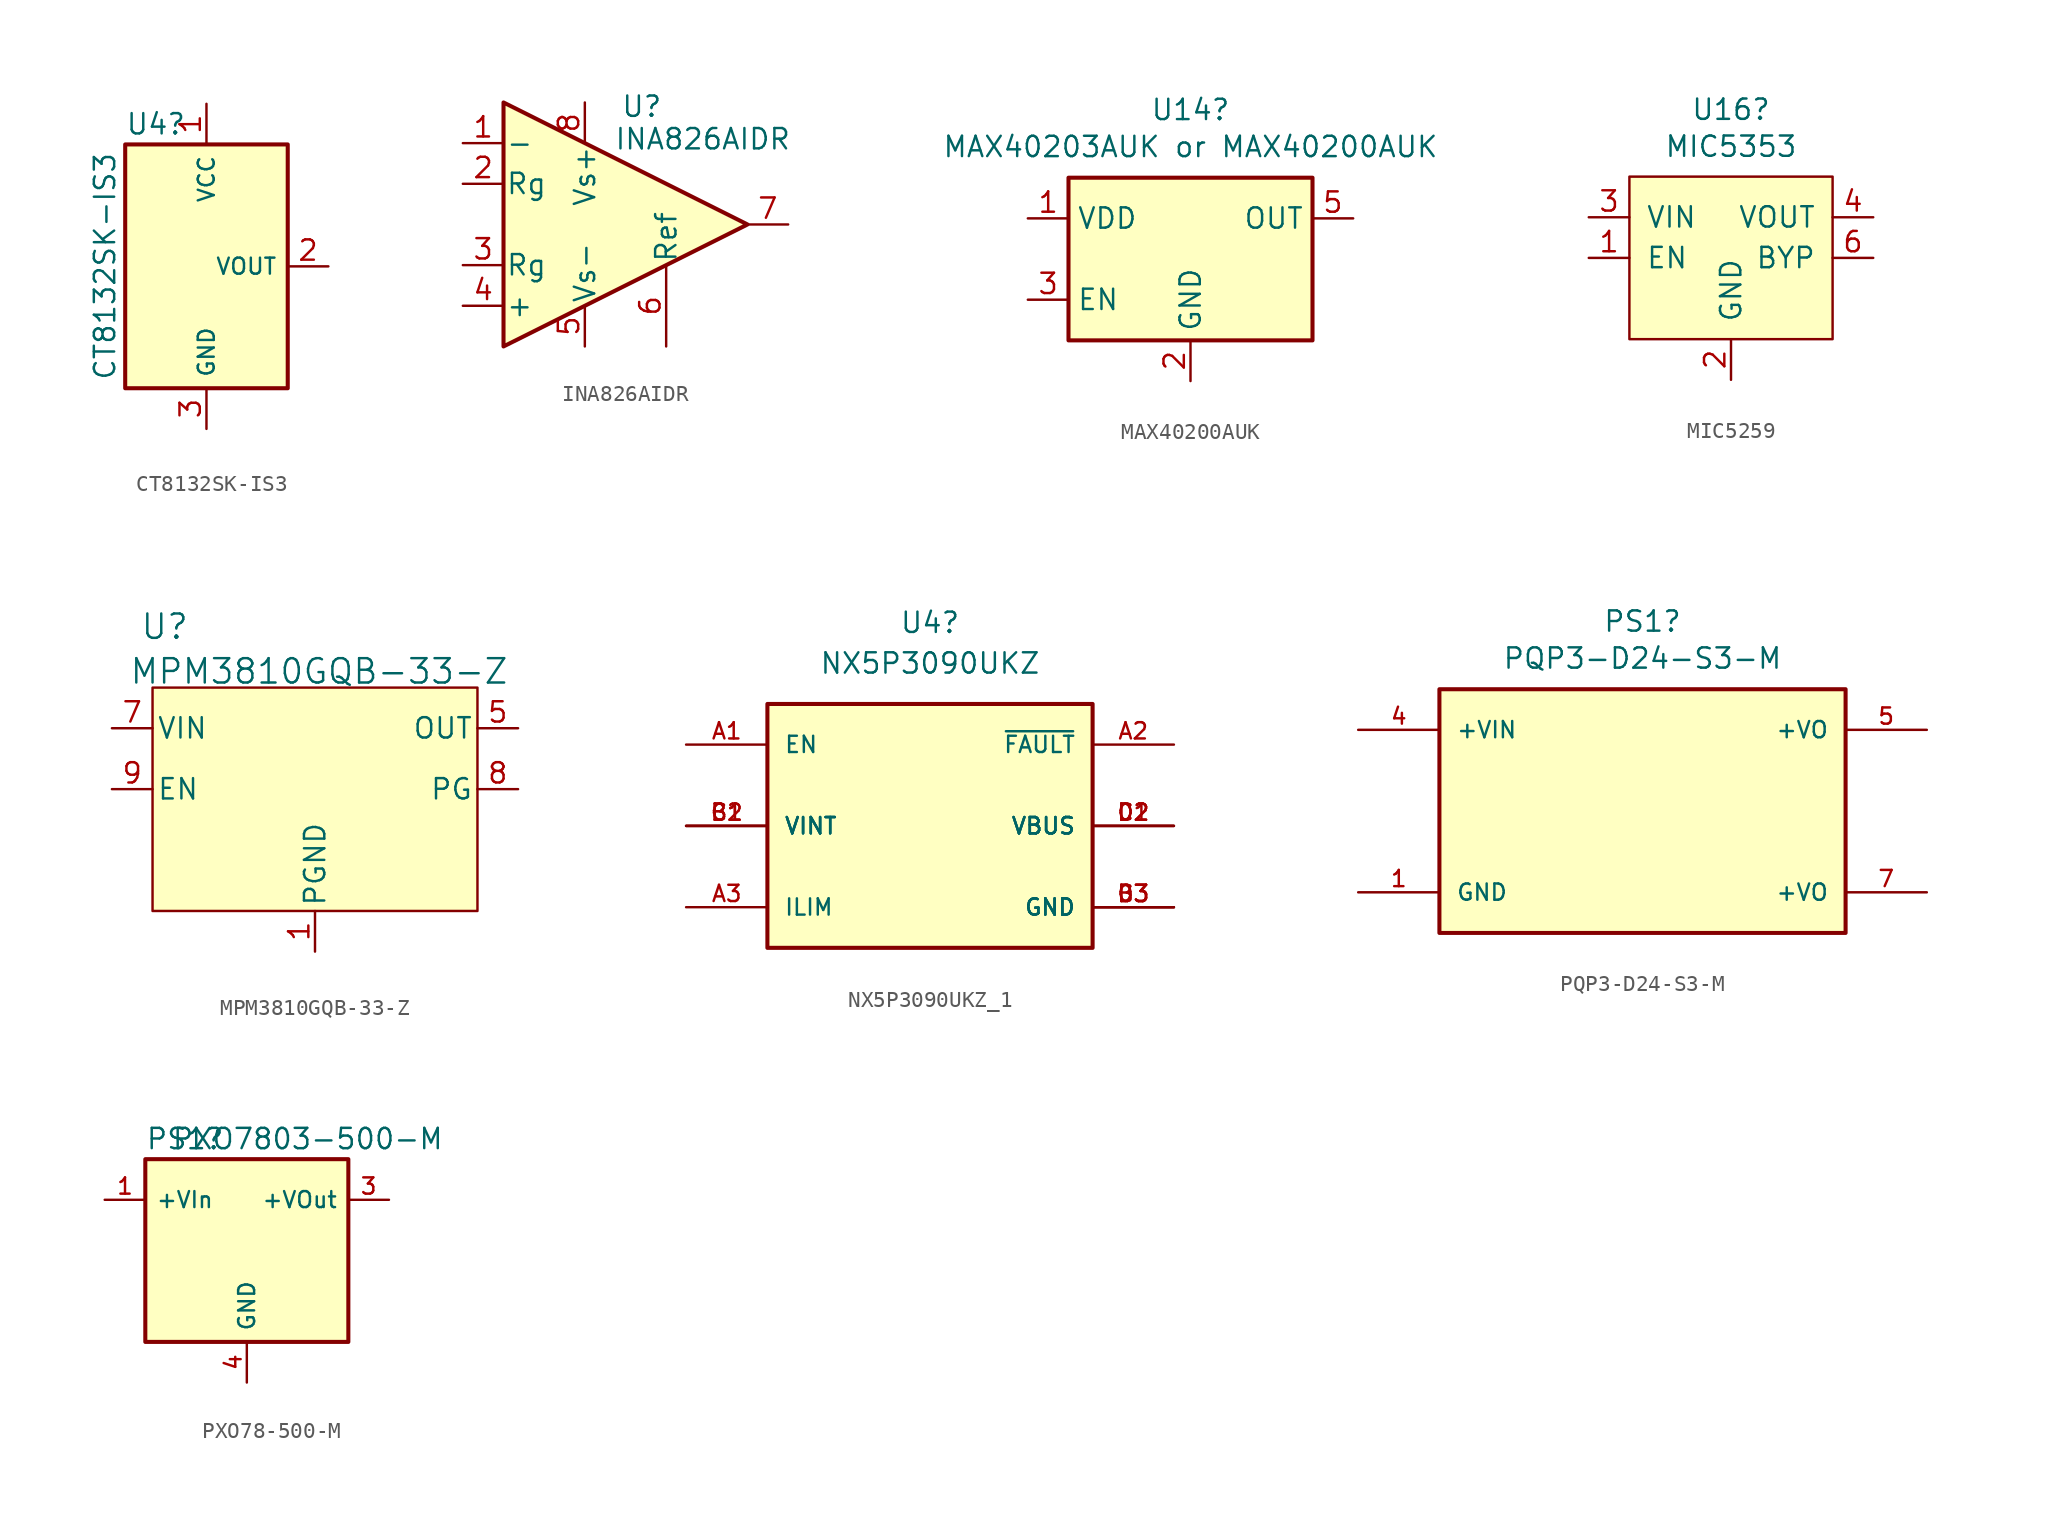
<source format=kicad_sym>
(kicad_symbol_lib
  (version 20241209)
  (generator "kicad_symbol_editor")
  (generator_version "9.0")
  (symbol "CT8132SK-IS3"
    (pin_names
      (offset 0.635))
    (property "Reference" "U4"
      (at -5.08 8.89 0)
      (do_not_autoplace)
      (effects (font (size 1.27 1.27)) (justify left)))
    (property "Value" "CT8132SK-IS3"
      (at -6.35 0 90)
      (do_not_autoplace)
      (effects (font (size 1.27 1.27))))
    (symbol "CT8132SK-IS3_0_1"
      (rectangle (start -5.08 7.62) (end 5.08 -7.62) (stroke (width 0.254) (type default)) (fill (type background))))
    (symbol "CT8132SK-IS3_1_1"
      (pin power_in line (at 0 10.16 270) (length 2.54) (name "VCC" (effects (font (size 1 1)))) (number "1" (effects (font (size 1.27 1.27)))))
      (pin power_in line (at 0 -10.16 90) (length 2.54) (name "GND" (effects (font (size 1 1)))) (number "3" (effects (font (size 1.27 1.27)))))
      (pin open_collector line (at 7.62 0 180) (length 2.54) (name "VOUT" (effects (font (size 1 1)))) (number "2" (effects (font (size 1.27 1.27)))))))
  (symbol "INA826AIDR"
    (pin_names
      (offset 0.127))
    (property "Reference" "U"
      (at 3.556 7.366 0)
      (effects (font (size 1.27 1.27))))
    (property "Value" "INA826AIDR"
      (at 7.366 5.334 0)
      (effects (font (size 1.27 1.27))))
    (symbol "INA826AIDR_0_1"
      (polyline (pts (xy -5.08 7.62) (xy -5.08 -7.62) (xy 10.16 0) (xy -5.08 7.62)) (stroke (width 0.254) (type default)) (fill (type background))))
    (symbol "INA826AIDR_1_1"
      (pin input line (at -7.62 5.08 0) (length 2.54) (name "-" (effects (font (size 1.27 1.27)))) (number "1" (effects (font (size 1.27 1.27)))))
      (pin passive line (at -7.62 2.54 0) (length 2.54) (name "Rg" (effects (font (size 1.27 1.27)))) (number "2" (effects (font (size 1.27 1.27)))))
      (pin passive line (at -7.62 -2.54 0) (length 2.54) (name "Rg" (effects (font (size 1.27 1.27)))) (number "3" (effects (font (size 1.27 1.27)))))
      (pin input line (at -7.62 -5.08 0) (length 2.54) (name "+" (effects (font (size 1.27 1.27)))) (number "4" (effects (font (size 1.27 1.27)))))
      (pin power_in line (at 0 7.62 270) (length 2.54) (name "Vs+" (effects (font (size 1.27 1.27)))) (number "8" (effects (font (size 1.27 1.27)))))
      (pin power_in line (at 0 -7.62 90) (length 2.54) (name "Vs-" (effects (font (size 1.27 1.27)))) (number "5" (effects (font (size 1.27 1.27)))))
      (pin passive line (at 5.08 -7.62 90) (length 5.08) (name "Ref" (effects (font (size 1.27 1.27)))) (number "6" (effects (font (size 1.27 1.27)))))
      (pin output line (at 12.7 0 180) (length 2.54) (name "~" (effects (font (size 1.27 1.27)))) (number "7" (effects (font (size 1.27 1.27)))))))
  (symbol "MAX40200AUK"
    (property "Reference" "U14"
      (at 0 9.322 0)
      (effects (font (size 1.27 1.27))))
    (property "Value" "MAX40203AUK or MAX40200AUK"
      (at 0 7.01 0)
      (effects (font (size 1.27 1.27))))
    (symbol "MAX40200AUK_1_1"
      (rectangle (start -7.62 -5.08) (end 7.62 5.08) (stroke (width 0.254) (type default)) (fill (type background)))
      (pin power_in line (at -10.16 2.54 0) (length 2.54) (name "VDD" (effects (font (size 1.27 1.27)))) (number "1" (effects (font (size 1.27 1.27)))))
      (pin input line (at -10.16 -2.54 0) (length 2.54) (name "EN" (effects (font (size 1.27 1.27)))) (number "3" (effects (font (size 1.27 1.27)))))
      (pin power_in line (at 0 -7.62 90) (length 2.54) (name "GND" (effects (font (size 1.27 1.27)))) (number "2" (effects (font (size 1.27 1.27)))))
      (pin no_connect line (at 7.62 -2.54 180) (length 2.54) (hide yes) (name "NC" (effects (font (size 1.27 1.27)))) (number "4" (effects (font (size 1.27 1.27)))))
      (pin passive line (at 10.16 2.54 180) (length 2.54) (name "OUT" (effects (font (size 1.27 1.27)))) (number "5" (effects (font (size 1.27 1.27)))))))
  (symbol "MIC5259"
    (pin_names
      (offset 1.016))
    (property "Reference" "U16"
      (at 6.35 4.191 0)
      (effects (font (size 1.27 1.27))))
    (property "Value" "MIC5353"
      (at 6.35 1.88 0)
      (effects (font (size 1.27 1.27))))
    (symbol "MIC5259_0_1"
      (rectangle (start 0 0) (end 12.7 -10.16) (stroke (width 0) (type solid)) (fill (type background))))
    (symbol "MIC5259_1_1"
      (pin power_in line (at -2.54 -2.54 0) (length 2.54) (name "VIN" (effects (font (size 1.27 1.27)))) (number "3" (effects (font (size 1.27 1.27)))))
      (pin input line (at -2.54 -5.08 0) (length 2.54) (name "EN" (effects (font (size 1.27 1.27)))) (number "1" (effects (font (size 1.27 1.27)))))
      (pin power_in line (at 6.35 -12.7 90) (length 2.54) (name "GND" (effects (font (size 1.27 1.27)))) (number "2" (effects (font (size 1.27 1.27)))))
      (pin passive line (at 6.35 -12.7 90) (length 2.54) (hide yes) (name "PAD" (effects (font (size 1.27 1.27)))) (number "7" (effects (font (size 1.27 1.27)))))
      (pin power_out line (at 15.24 -2.54 180) (length 2.54) (name "VOUT" (effects (font (size 1.27 1.27)))) (number "4" (effects (font (size 1.27 1.27)))))
      (pin passive line (at 15.24 -5.08 180) (length 2.54) (name "BYP" (effects (font (size 1.27 1.27)))) (number "6" (effects (font (size 1.27 1.27)))))
      (pin no_connect line (at 15.24 -8.89 180) (length 2.54) (hide yes) (name "NC" (effects (font (size 1.27 1.27)))) (number "5" (effects (font (size 1.27 1.27)))))))
  (symbol "MPM3810GQB-33-Z"
    (pin_names
      (offset 0.254))
    (property "Reference" "U"
      (at 0.762 3.81 0)
      (effects (font (size 1.524 1.524))))
    (property "Value" "MPM3810GQB-33-Z"
      (at 10.414 1.016 0)
      (effects (font (size 1.524 1.524))))
    (symbol "MPM3810GQB-33-Z_0_1"
      (pin unspecified line (at -2.54 -2.54 0) (length 2.54) (name "VIN" (effects (font (size 1.27 1.27)))) (number "7" (effects (font (size 1.27 1.27)))))
      (pin unspecified line (at -2.54 -6.35 0) (length 2.54) (name "EN" (effects (font (size 1.27 1.27)))) (number "9" (effects (font (size 1.27 1.27)))))
      (pin unspecified line (at 10.16 -16.51 90) (length 2.54) (name "PGND" (effects (font (size 1.27 1.27)))) (number "1" (effects (font (size 1.27 1.27)))))
      (pin unspecified line (at 10.16 -16.51 90) (length 2.54) (hide yes) (name "AGND" (effects (font (size 1.27 1.27)))) (number "11" (effects (font (size 1.27 1.27)))))
      (pin unspecified line (at 10.16 -16.51 90) (length 2.54) (hide yes) (name "PGND" (effects (font (size 1.27 1.27)))) (number "2" (effects (font (size 1.27 1.27)))))
      (pin unspecified line (at 22.86 -2.54 180) (length 2.54) (name "OUT" (effects (font (size 1.27 1.27)))) (number "5" (effects (font (size 1.27 1.27)))))
      (pin unspecified line (at 22.86 -2.54 180) (length 2.54) (hide yes) (name "OUT" (effects (font (size 1.27 1.27)))) (number "6" (effects (font (size 1.27 1.27)))))
      (pin unspecified line (at 22.86 -6.35 180) (length 2.54) (name "PG" (effects (font (size 1.27 1.27)))) (number "8" (effects (font (size 1.27 1.27)))))
      (pin no_connect line (at 22.86 -12.7 180) (length 2.54) (hide yes) (name "NC" (effects (font (size 1.27 1.27)))) (number "10" (effects (font (size 1.27 1.27)))))
      (pin no_connect line (at 22.86 -12.7 180) (length 2.54) (hide yes) (name "NC" (effects (font (size 1.27 1.27)))) (number "3" (effects (font (size 1.27 1.27)))))
      (pin no_connect line (at 22.86 -12.7 180) (length 2.54) (hide yes) (name "NC" (effects (font (size 1.27 1.27)))) (number "4" (effects (font (size 1.27 1.27))))))
    (symbol "MPM3810GQB-33-Z_1_1"
      (rectangle (start 0 0) (end 20.32 -13.97) (stroke (width 0) (type default)) (fill (type background)))
      (pin unspecified line (at 22.86 -2.54 180) (length 2.54) (hide yes) (name "OUT_S" (effects (font (size 1.27 1.27)))) (number "12" (effects (font (size 1.27 1.27)))))))
  (symbol "NX5P3090UKZ_1"
    (pin_names
      (offset 1.016))
    (property "Reference" "U4"
      (at 0 12.7 0)
      (effects (font (size 1.27 1.27))))
    (property "Value" "NX5P3090UKZ"
      (at 0 10.16 0)
      (effects (font (size 1.27 1.27))))
    (symbol "NX5P3090UKZ_1_0_0"
      (rectangle (start -10.16 -7.62) (end 10.16 7.62) (stroke (width 0.254) (type default)) (fill (type background)))
      (pin input line (at -15.24 5.08 0) (length 5.08) (name "EN" (effects (font (size 1.016 1.016)))) (number "A1" (effects (font (size 1.016 1.016)))))
      (pin input line (at -15.24 0 0) (length 5.08) (name "VINT" (effects (font (size 1.016 1.016)))) (number "B1" (effects (font (size 1.016 1.016)))))
      (pin input line (at -15.24 0 0) (length 5.08) (name "VINT" (effects (font (size 1.016 1.016)))) (number "B2" (effects (font (size 1.016 1.016)))))
      (pin input line (at -15.24 0 0) (length 5.08) (name "VINT" (effects (font (size 1.016 1.016)))) (number "C1" (effects (font (size 1.016 1.016)))))
      (pin passive line (at -15.24 -5.08 0) (length 5.08) (name "ILIM" (effects (font (size 1.016 1.016)))) (number "A3" (effects (font (size 1.016 1.016)))))
      (pin output line (at 15.24 5.08 180) (length 5.08) (name "~{FAULT}" (effects (font (size 1.016 1.016)))) (number "A2" (effects (font (size 1.016 1.016)))))
      (pin output line (at 15.24 0 180) (length 5.08) (name "VBUS" (effects (font (size 1.016 1.016)))) (number "C2" (effects (font (size 1.016 1.016)))))
      (pin output line (at 15.24 0 180) (length 5.08) (name "VBUS" (effects (font (size 1.016 1.016)))) (number "D1" (effects (font (size 1.016 1.016)))))
      (pin output line (at 15.24 0 180) (length 5.08) (name "VBUS" (effects (font (size 1.016 1.016)))) (number "D2" (effects (font (size 1.016 1.016)))))
      (pin power_in line (at 15.24 -5.08 180) (length 5.08) (name "GND" (effects (font (size 1.016 1.016)))) (number "B3" (effects (font (size 1.016 1.016)))))
      (pin power_in line (at 15.24 -5.08 180) (length 5.08) (name "GND" (effects (font (size 1.016 1.016)))) (number "C3" (effects (font (size 1.016 1.016)))))
      (pin power_in line (at 15.24 -5.08 180) (length 5.08) (name "GND" (effects (font (size 1.016 1.016)))) (number "D3" (effects (font (size 1.016 1.016)))))))
  (symbol "PQP3-D24-S3-M"
    (pin_names
      (offset 1.016))
    (property "Reference" "PS1"
      (at 0 11.862 0)
      (effects (font (size 1.27 1.27))))
    (property "Value" "PQP3-D24-S3-M"
      (at 0 9.55 0)
      (effects (font (size 1.27 1.27))))
    (symbol "PQP3-D24-S3-M_0_0"
      (rectangle (start -12.7 7.62) (end 12.7 -7.62) (stroke (width 0.254) (type default)) (fill (type background))))
    (symbol "PQP3-D24-S3-M_1_0"
      (pin input line (at -17.78 5.08 0) (length 5.08) (name "+VIN" (effects (font (size 1.016 1.016)))) (number "4" (effects (font (size 1.016 1.016)))))
      (pin power_in line (at -17.78 -5.08 0) (length 5.08) (name "GND" (effects (font (size 1.016 1.016)))) (number "1" (effects (font (size 1.016 1.016)))))
      (pin output line (at 17.78 5.08 180) (length 5.08) (name "+VO" (effects (font (size 1.016 1.016)))) (number "5" (effects (font (size 1.016 1.016)))))
      (pin output line (at 17.78 -5.08 180) (length 5.08) (name "+VO" (effects (font (size 1.016 1.016)))) (number "7" (effects (font (size 1.016 1.016)))))))
  (symbol "PXO78-500-M"
    (pin_names
      (offset 0.635))
    (property "Reference" "PS1"
      (at 0 1.27 0)
      (do_not_autoplace)
      (effects (font (size 1.27 1.27)) (justify left)))
    (property "Value" "PXO7803-500-M"
      (at 10.16 1.27 0)
      (do_not_autoplace)
      (effects (font (size 1.27 1.27))))
    (symbol "PXO78-500-M_0_0"
      (rectangle (start 0 0) (end 12.7 -11.43) (stroke (width 0.254) (type default)) (fill (type background))))
    (symbol "PXO78-500-M_1_0"
      (pin input line (at -2.54 -2.54 0) (length 2.54) (name "+VIn" (effects (font (size 1 1)))) (number "1" (effects (font (size 1.016 1.016)))))
      (pin input line (at 6.35 -13.97 90) (length 2.54) (name "GND" (effects (font (size 1 1)))) (number "4" (effects (font (size 1.016 1.016)))))
      (pin output line (at 15.24 -2.54 180) (length 2.54) (name "+VOut" (effects (font (size 1 1)))) (number "3" (effects (font (size 1.016 1.016)))))
      (pin no_connect line (at 15.24 -7.62 180) (length 2.54) (hide yes) (name "" (effects (font (size 1 1)))) (number "2" (effects (font (size 1.016 1.016))))))))
</source>
